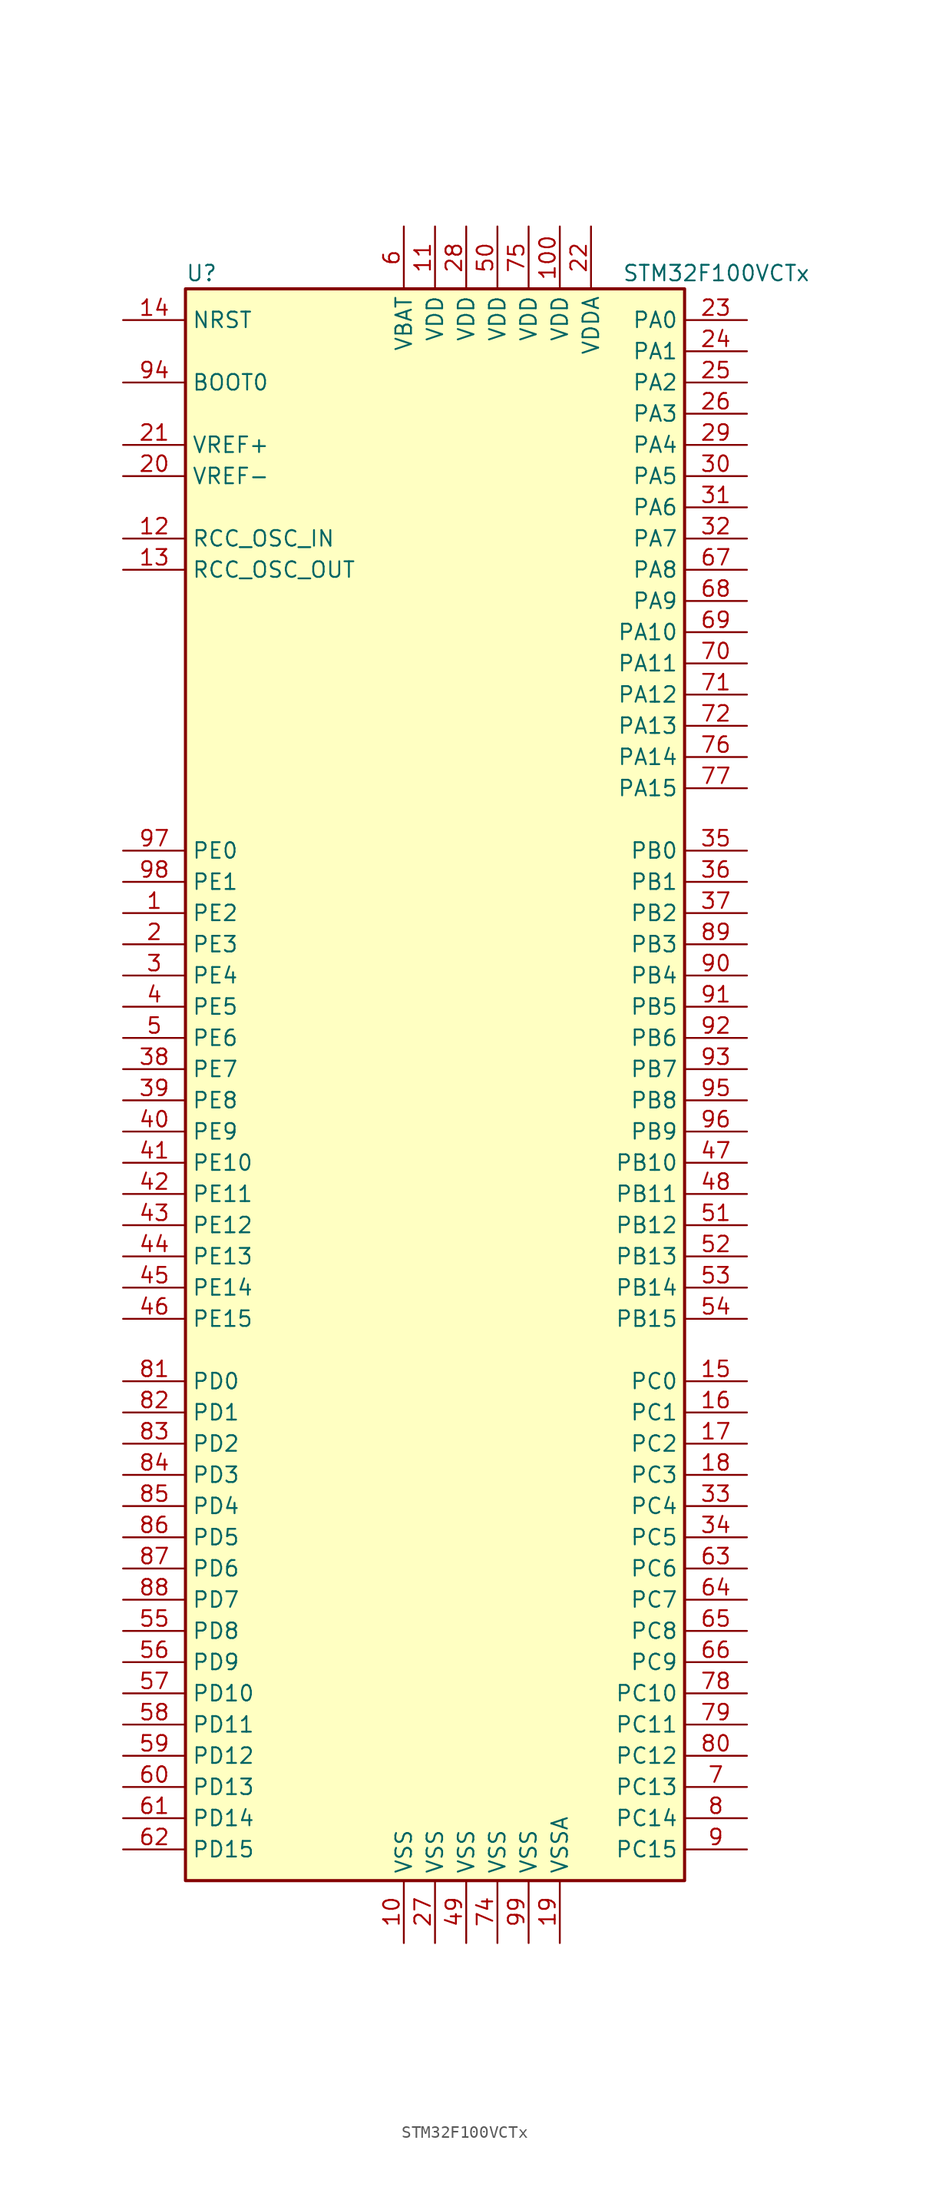
<source format=kicad_sym>
(kicad_symbol_lib
  (version 20201005)
  (generator kicad_symbol_editor)
  (symbol "MCU_ST_STM32F1:STM32F100VCTx"
    (property "Reference" "U"
      (at -20.32 64.77 0)
      (effects (font (size 1.27 1.27)) (justify left)))
    (property "Value" "STM32F100VCTx"
      (at 15.24 64.77 0)
      (effects (font (size 1.27 1.27)) (justify left)))
    (symbol "STM32F100VCTx_0_1"
      (rectangle (start -20.32 -66.04) (end 20.32 63.5) (stroke (width 0.254)) (fill (type background))))
    (symbol "STM32F100VCTx_1_1"
      (pin input line (at -25.4 55.88 0) (length 5.08) (name "BOOT0" (effects (font (size 1.27 1.27)))) (number "94" (effects (font (size 1.27 1.27)))))
      (pin no_connect line (at -20.32 -63.5 0) (length 5.08) hide (name "NC" (effects (font (size 1.27 1.27)))) (number "73" (effects (font (size 1.27 1.27)))))
      (pin input line (at -25.4 60.96 0) (length 5.08) (name "NRST" (effects (font (size 1.27 1.27)))) (number "14" (effects (font (size 1.27 1.27)))))
      (pin bidirectional line (at 25.4 60.96 180) (length 5.08) (name "PA0" (effects (font (size 1.27 1.27)))) (number "23" (effects (font (size 1.27 1.27)))))
      (pin bidirectional line (at 25.4 58.42 180) (length 5.08) (name "PA1" (effects (font (size 1.27 1.27)))) (number "24" (effects (font (size 1.27 1.27)))))
      (pin bidirectional line (at 25.4 35.56 180) (length 5.08) (name "PA10" (effects (font (size 1.27 1.27)))) (number "69" (effects (font (size 1.27 1.27)))))
      (pin bidirectional line (at 25.4 33.02 180) (length 5.08) (name "PA11" (effects (font (size 1.27 1.27)))) (number "70" (effects (font (size 1.27 1.27)))))
      (pin bidirectional line (at 25.4 30.48 180) (length 5.08) (name "PA12" (effects (font (size 1.27 1.27)))) (number "71" (effects (font (size 1.27 1.27)))))
      (pin bidirectional line (at 25.4 27.94 180) (length 5.08) (name "PA13" (effects (font (size 1.27 1.27)))) (number "72" (effects (font (size 1.27 1.27)))))
      (pin bidirectional line (at 25.4 25.4 180) (length 5.08) (name "PA14" (effects (font (size 1.27 1.27)))) (number "76" (effects (font (size 1.27 1.27)))))
      (pin bidirectional line (at 25.4 22.86 180) (length 5.08) (name "PA15" (effects (font (size 1.27 1.27)))) (number "77" (effects (font (size 1.27 1.27)))))
      (pin bidirectional line (at 25.4 55.88 180) (length 5.08) (name "PA2" (effects (font (size 1.27 1.27)))) (number "25" (effects (font (size 1.27 1.27)))))
      (pin bidirectional line (at 25.4 53.34 180) (length 5.08) (name "PA3" (effects (font (size 1.27 1.27)))) (number "26" (effects (font (size 1.27 1.27)))))
      (pin bidirectional line (at 25.4 50.8 180) (length 5.08) (name "PA4" (effects (font (size 1.27 1.27)))) (number "29" (effects (font (size 1.27 1.27)))))
      (pin bidirectional line (at 25.4 48.26 180) (length 5.08) (name "PA5" (effects (font (size 1.27 1.27)))) (number "30" (effects (font (size 1.27 1.27)))))
      (pin bidirectional line (at 25.4 45.72 180) (length 5.08) (name "PA6" (effects (font (size 1.27 1.27)))) (number "31" (effects (font (size 1.27 1.27)))))
      (pin bidirectional line (at 25.4 43.18 180) (length 5.08) (name "PA7" (effects (font (size 1.27 1.27)))) (number "32" (effects (font (size 1.27 1.27)))))
      (pin bidirectional line (at 25.4 40.64 180) (length 5.08) (name "PA8" (effects (font (size 1.27 1.27)))) (number "67" (effects (font (size 1.27 1.27)))))
      (pin bidirectional line (at 25.4 38.1 180) (length 5.08) (name "PA9" (effects (font (size 1.27 1.27)))) (number "68" (effects (font (size 1.27 1.27)))))
      (pin bidirectional line (at 25.4 17.78 180) (length 5.08) (name "PB0" (effects (font (size 1.27 1.27)))) (number "35" (effects (font (size 1.27 1.27)))))
      (pin bidirectional line (at 25.4 15.24 180) (length 5.08) (name "PB1" (effects (font (size 1.27 1.27)))) (number "36" (effects (font (size 1.27 1.27)))))
      (pin bidirectional line (at 25.4 -7.62 180) (length 5.08) (name "PB10" (effects (font (size 1.27 1.27)))) (number "47" (effects (font (size 1.27 1.27)))))
      (pin bidirectional line (at 25.4 -10.16 180) (length 5.08) (name "PB11" (effects (font (size 1.27 1.27)))) (number "48" (effects (font (size 1.27 1.27)))))
      (pin bidirectional line (at 25.4 -12.7 180) (length 5.08) (name "PB12" (effects (font (size 1.27 1.27)))) (number "51" (effects (font (size 1.27 1.27)))))
      (pin bidirectional line (at 25.4 -15.24 180) (length 5.08) (name "PB13" (effects (font (size 1.27 1.27)))) (number "52" (effects (font (size 1.27 1.27)))))
      (pin bidirectional line (at 25.4 -17.78 180) (length 5.08) (name "PB14" (effects (font (size 1.27 1.27)))) (number "53" (effects (font (size 1.27 1.27)))))
      (pin bidirectional line (at 25.4 -20.32 180) (length 5.08) (name "PB15" (effects (font (size 1.27 1.27)))) (number "54" (effects (font (size 1.27 1.27)))))
      (pin bidirectional line (at 25.4 12.7 180) (length 5.08) (name "PB2" (effects (font (size 1.27 1.27)))) (number "37" (effects (font (size 1.27 1.27)))))
      (pin bidirectional line (at 25.4 10.16 180) (length 5.08) (name "PB3" (effects (font (size 1.27 1.27)))) (number "89" (effects (font (size 1.27 1.27)))))
      (pin bidirectional line (at 25.4 7.62 180) (length 5.08) (name "PB4" (effects (font (size 1.27 1.27)))) (number "90" (effects (font (size 1.27 1.27)))))
      (pin bidirectional line (at 25.4 5.08 180) (length 5.08) (name "PB5" (effects (font (size 1.27 1.27)))) (number "91" (effects (font (size 1.27 1.27)))))
      (pin bidirectional line (at 25.4 2.54 180) (length 5.08) (name "PB6" (effects (font (size 1.27 1.27)))) (number "92" (effects (font (size 1.27 1.27)))))
      (pin bidirectional line (at 25.4 0 180) (length 5.08) (name "PB7" (effects (font (size 1.27 1.27)))) (number "93" (effects (font (size 1.27 1.27)))))
      (pin bidirectional line (at 25.4 -2.54 180) (length 5.08) (name "PB8" (effects (font (size 1.27 1.27)))) (number "95" (effects (font (size 1.27 1.27)))))
      (pin bidirectional line (at 25.4 -5.08 180) (length 5.08) (name "PB9" (effects (font (size 1.27 1.27)))) (number "96" (effects (font (size 1.27 1.27)))))
      (pin bidirectional line (at 25.4 -25.4 180) (length 5.08) (name "PC0" (effects (font (size 1.27 1.27)))) (number "15" (effects (font (size 1.27 1.27)))))
      (pin bidirectional line (at 25.4 -27.94 180) (length 5.08) (name "PC1" (effects (font (size 1.27 1.27)))) (number "16" (effects (font (size 1.27 1.27)))))
      (pin bidirectional line (at 25.4 -50.8 180) (length 5.08) (name "PC10" (effects (font (size 1.27 1.27)))) (number "78" (effects (font (size 1.27 1.27)))))
      (pin bidirectional line (at 25.4 -53.34 180) (length 5.08) (name "PC11" (effects (font (size 1.27 1.27)))) (number "79" (effects (font (size 1.27 1.27)))))
      (pin bidirectional line (at 25.4 -55.88 180) (length 5.08) (name "PC12" (effects (font (size 1.27 1.27)))) (number "80" (effects (font (size 1.27 1.27)))))
      (pin bidirectional line (at 25.4 -58.42 180) (length 5.08) (name "PC13" (effects (font (size 1.27 1.27)))) (number "7" (effects (font (size 1.27 1.27)))))
      (pin bidirectional line (at 25.4 -60.96 180) (length 5.08) (name "PC14" (effects (font (size 1.27 1.27)))) (number "8" (effects (font (size 1.27 1.27)))))
      (pin bidirectional line (at 25.4 -63.5 180) (length 5.08) (name "PC15" (effects (font (size 1.27 1.27)))) (number "9" (effects (font (size 1.27 1.27)))))
      (pin bidirectional line (at 25.4 -30.48 180) (length 5.08) (name "PC2" (effects (font (size 1.27 1.27)))) (number "17" (effects (font (size 1.27 1.27)))))
      (pin bidirectional line (at 25.4 -33.02 180) (length 5.08) (name "PC3" (effects (font (size 1.27 1.27)))) (number "18" (effects (font (size 1.27 1.27)))))
      (pin bidirectional line (at 25.4 -35.56 180) (length 5.08) (name "PC4" (effects (font (size 1.27 1.27)))) (number "33" (effects (font (size 1.27 1.27)))))
      (pin bidirectional line (at 25.4 -38.1 180) (length 5.08) (name "PC5" (effects (font (size 1.27 1.27)))) (number "34" (effects (font (size 1.27 1.27)))))
      (pin bidirectional line (at 25.4 -40.64 180) (length 5.08) (name "PC6" (effects (font (size 1.27 1.27)))) (number "63" (effects (font (size 1.27 1.27)))))
      (pin bidirectional line (at 25.4 -43.18 180) (length 5.08) (name "PC7" (effects (font (size 1.27 1.27)))) (number "64" (effects (font (size 1.27 1.27)))))
      (pin bidirectional line (at 25.4 -45.72 180) (length 5.08) (name "PC8" (effects (font (size 1.27 1.27)))) (number "65" (effects (font (size 1.27 1.27)))))
      (pin bidirectional line (at 25.4 -48.26 180) (length 5.08) (name "PC9" (effects (font (size 1.27 1.27)))) (number "66" (effects (font (size 1.27 1.27)))))
      (pin bidirectional line (at -25.4 -25.4 0) (length 5.08) (name "PD0" (effects (font (size 1.27 1.27)))) (number "81" (effects (font (size 1.27 1.27)))))
      (pin bidirectional line (at -25.4 -27.94 0) (length 5.08) (name "PD1" (effects (font (size 1.27 1.27)))) (number "82" (effects (font (size 1.27 1.27)))))
      (pin bidirectional line (at -25.4 -50.8 0) (length 5.08) (name "PD10" (effects (font (size 1.27 1.27)))) (number "57" (effects (font (size 1.27 1.27)))))
      (pin bidirectional line (at -25.4 -53.34 0) (length 5.08) (name "PD11" (effects (font (size 1.27 1.27)))) (number "58" (effects (font (size 1.27 1.27)))))
      (pin bidirectional line (at -25.4 -55.88 0) (length 5.08) (name "PD12" (effects (font (size 1.27 1.27)))) (number "59" (effects (font (size 1.27 1.27)))))
      (pin bidirectional line (at -25.4 -58.42 0) (length 5.08) (name "PD13" (effects (font (size 1.27 1.27)))) (number "60" (effects (font (size 1.27 1.27)))))
      (pin bidirectional line (at -25.4 -60.96 0) (length 5.08) (name "PD14" (effects (font (size 1.27 1.27)))) (number "61" (effects (font (size 1.27 1.27)))))
      (pin bidirectional line (at -25.4 -63.5 0) (length 5.08) (name "PD15" (effects (font (size 1.27 1.27)))) (number "62" (effects (font (size 1.27 1.27)))))
      (pin bidirectional line (at -25.4 -30.48 0) (length 5.08) (name "PD2" (effects (font (size 1.27 1.27)))) (number "83" (effects (font (size 1.27 1.27)))))
      (pin bidirectional line (at -25.4 -33.02 0) (length 5.08) (name "PD3" (effects (font (size 1.27 1.27)))) (number "84" (effects (font (size 1.27 1.27)))))
      (pin bidirectional line (at -25.4 -35.56 0) (length 5.08) (name "PD4" (effects (font (size 1.27 1.27)))) (number "85" (effects (font (size 1.27 1.27)))))
      (pin bidirectional line (at -25.4 -38.1 0) (length 5.08) (name "PD5" (effects (font (size 1.27 1.27)))) (number "86" (effects (font (size 1.27 1.27)))))
      (pin bidirectional line (at -25.4 -40.64 0) (length 5.08) (name "PD6" (effects (font (size 1.27 1.27)))) (number "87" (effects (font (size 1.27 1.27)))))
      (pin bidirectional line (at -25.4 -43.18 0) (length 5.08) (name "PD7" (effects (font (size 1.27 1.27)))) (number "88" (effects (font (size 1.27 1.27)))))
      (pin bidirectional line (at -25.4 -45.72 0) (length 5.08) (name "PD8" (effects (font (size 1.27 1.27)))) (number "55" (effects (font (size 1.27 1.27)))))
      (pin bidirectional line (at -25.4 -48.26 0) (length 5.08) (name "PD9" (effects (font (size 1.27 1.27)))) (number "56" (effects (font (size 1.27 1.27)))))
      (pin bidirectional line (at -25.4 17.78 0) (length 5.08) (name "PE0" (effects (font (size 1.27 1.27)))) (number "97" (effects (font (size 1.27 1.27)))))
      (pin bidirectional line (at -25.4 15.24 0) (length 5.08) (name "PE1" (effects (font (size 1.27 1.27)))) (number "98" (effects (font (size 1.27 1.27)))))
      (pin bidirectional line (at -25.4 -7.62 0) (length 5.08) (name "PE10" (effects (font (size 1.27 1.27)))) (number "41" (effects (font (size 1.27 1.27)))))
      (pin bidirectional line (at -25.4 -10.16 0) (length 5.08) (name "PE11" (effects (font (size 1.27 1.27)))) (number "42" (effects (font (size 1.27 1.27)))))
      (pin bidirectional line (at -25.4 -12.7 0) (length 5.08) (name "PE12" (effects (font (size 1.27 1.27)))) (number "43" (effects (font (size 1.27 1.27)))))
      (pin bidirectional line (at -25.4 -15.24 0) (length 5.08) (name "PE13" (effects (font (size 1.27 1.27)))) (number "44" (effects (font (size 1.27 1.27)))))
      (pin bidirectional line (at -25.4 -17.78 0) (length 5.08) (name "PE14" (effects (font (size 1.27 1.27)))) (number "45" (effects (font (size 1.27 1.27)))))
      (pin bidirectional line (at -25.4 -20.32 0) (length 5.08) (name "PE15" (effects (font (size 1.27 1.27)))) (number "46" (effects (font (size 1.27 1.27)))))
      (pin bidirectional line (at -25.4 12.7 0) (length 5.08) (name "PE2" (effects (font (size 1.27 1.27)))) (number "1" (effects (font (size 1.27 1.27)))))
      (pin bidirectional line (at -25.4 10.16 0) (length 5.08) (name "PE3" (effects (font (size 1.27 1.27)))) (number "2" (effects (font (size 1.27 1.27)))))
      (pin bidirectional line (at -25.4 7.62 0) (length 5.08) (name "PE4" (effects (font (size 1.27 1.27)))) (number "3" (effects (font (size 1.27 1.27)))))
      (pin bidirectional line (at -25.4 5.08 0) (length 5.08) (name "PE5" (effects (font (size 1.27 1.27)))) (number "4" (effects (font (size 1.27 1.27)))))
      (pin bidirectional line (at -25.4 2.54 0) (length 5.08) (name "PE6" (effects (font (size 1.27 1.27)))) (number "5" (effects (font (size 1.27 1.27)))))
      (pin bidirectional line (at -25.4 0 0) (length 5.08) (name "PE7" (effects (font (size 1.27 1.27)))) (number "38" (effects (font (size 1.27 1.27)))))
      (pin bidirectional line (at -25.4 -2.54 0) (length 5.08) (name "PE8" (effects (font (size 1.27 1.27)))) (number "39" (effects (font (size 1.27 1.27)))))
      (pin bidirectional line (at -25.4 -5.08 0) (length 5.08) (name "PE9" (effects (font (size 1.27 1.27)))) (number "40" (effects (font (size 1.27 1.27)))))
      (pin input line (at -25.4 43.18 0) (length 5.08) (name "RCC_OSC_IN" (effects (font (size 1.27 1.27)))) (number "12" (effects (font (size 1.27 1.27)))))
      (pin input line (at -25.4 40.64 0) (length 5.08) (name "RCC_OSC_OUT" (effects (font (size 1.27 1.27)))) (number "13" (effects (font (size 1.27 1.27)))))
      (pin power_in line (at -2.54 68.58 270) (length 5.08) (name "VBAT" (effects (font (size 1.27 1.27)))) (number "6" (effects (font (size 1.27 1.27)))))
      (pin power_in line (at 10.16 68.58 270) (length 5.08) (name "VDD" (effects (font (size 1.27 1.27)))) (number "100" (effects (font (size 1.27 1.27)))))
      (pin power_in line (at 0 68.58 270) (length 5.08) (name "VDD" (effects (font (size 1.27 1.27)))) (number "11" (effects (font (size 1.27 1.27)))))
      (pin power_in line (at 2.54 68.58 270) (length 5.08) (name "VDD" (effects (font (size 1.27 1.27)))) (number "28" (effects (font (size 1.27 1.27)))))
      (pin power_in line (at 5.08 68.58 270) (length 5.08) (name "VDD" (effects (font (size 1.27 1.27)))) (number "50" (effects (font (size 1.27 1.27)))))
      (pin power_in line (at 7.62 68.58 270) (length 5.08) (name "VDD" (effects (font (size 1.27 1.27)))) (number "75" (effects (font (size 1.27 1.27)))))
      (pin power_in line (at 12.7 68.58 270) (length 5.08) (name "VDDA" (effects (font (size 1.27 1.27)))) (number "22" (effects (font (size 1.27 1.27)))))
      (pin power_in line (at -25.4 50.8 0) (length 5.08) (name "VREF+" (effects (font (size 1.27 1.27)))) (number "21" (effects (font (size 1.27 1.27)))))
      (pin power_in line (at -25.4 48.26 0) (length 5.08) (name "VREF-" (effects (font (size 1.27 1.27)))) (number "20" (effects (font (size 1.27 1.27)))))
      (pin power_in line (at -2.54 -71.12 90) (length 5.08) (name "VSS" (effects (font (size 1.27 1.27)))) (number "10" (effects (font (size 1.27 1.27)))))
      (pin power_in line (at 0 -71.12 90) (length 5.08) (name "VSS" (effects (font (size 1.27 1.27)))) (number "27" (effects (font (size 1.27 1.27)))))
      (pin power_in line (at 2.54 -71.12 90) (length 5.08) (name "VSS" (effects (font (size 1.27 1.27)))) (number "49" (effects (font (size 1.27 1.27)))))
      (pin power_in line (at 5.08 -71.12 90) (length 5.08) (name "VSS" (effects (font (size 1.27 1.27)))) (number "74" (effects (font (size 1.27 1.27)))))
      (pin power_in line (at 7.62 -71.12 90) (length 5.08) (name "VSS" (effects (font (size 1.27 1.27)))) (number "99" (effects (font (size 1.27 1.27)))))
      (pin power_in line (at 10.16 -71.12 90) (length 5.08) (name "VSSA" (effects (font (size 1.27 1.27)))) (number "19" (effects (font (size 1.27 1.27))))))))
</source>
